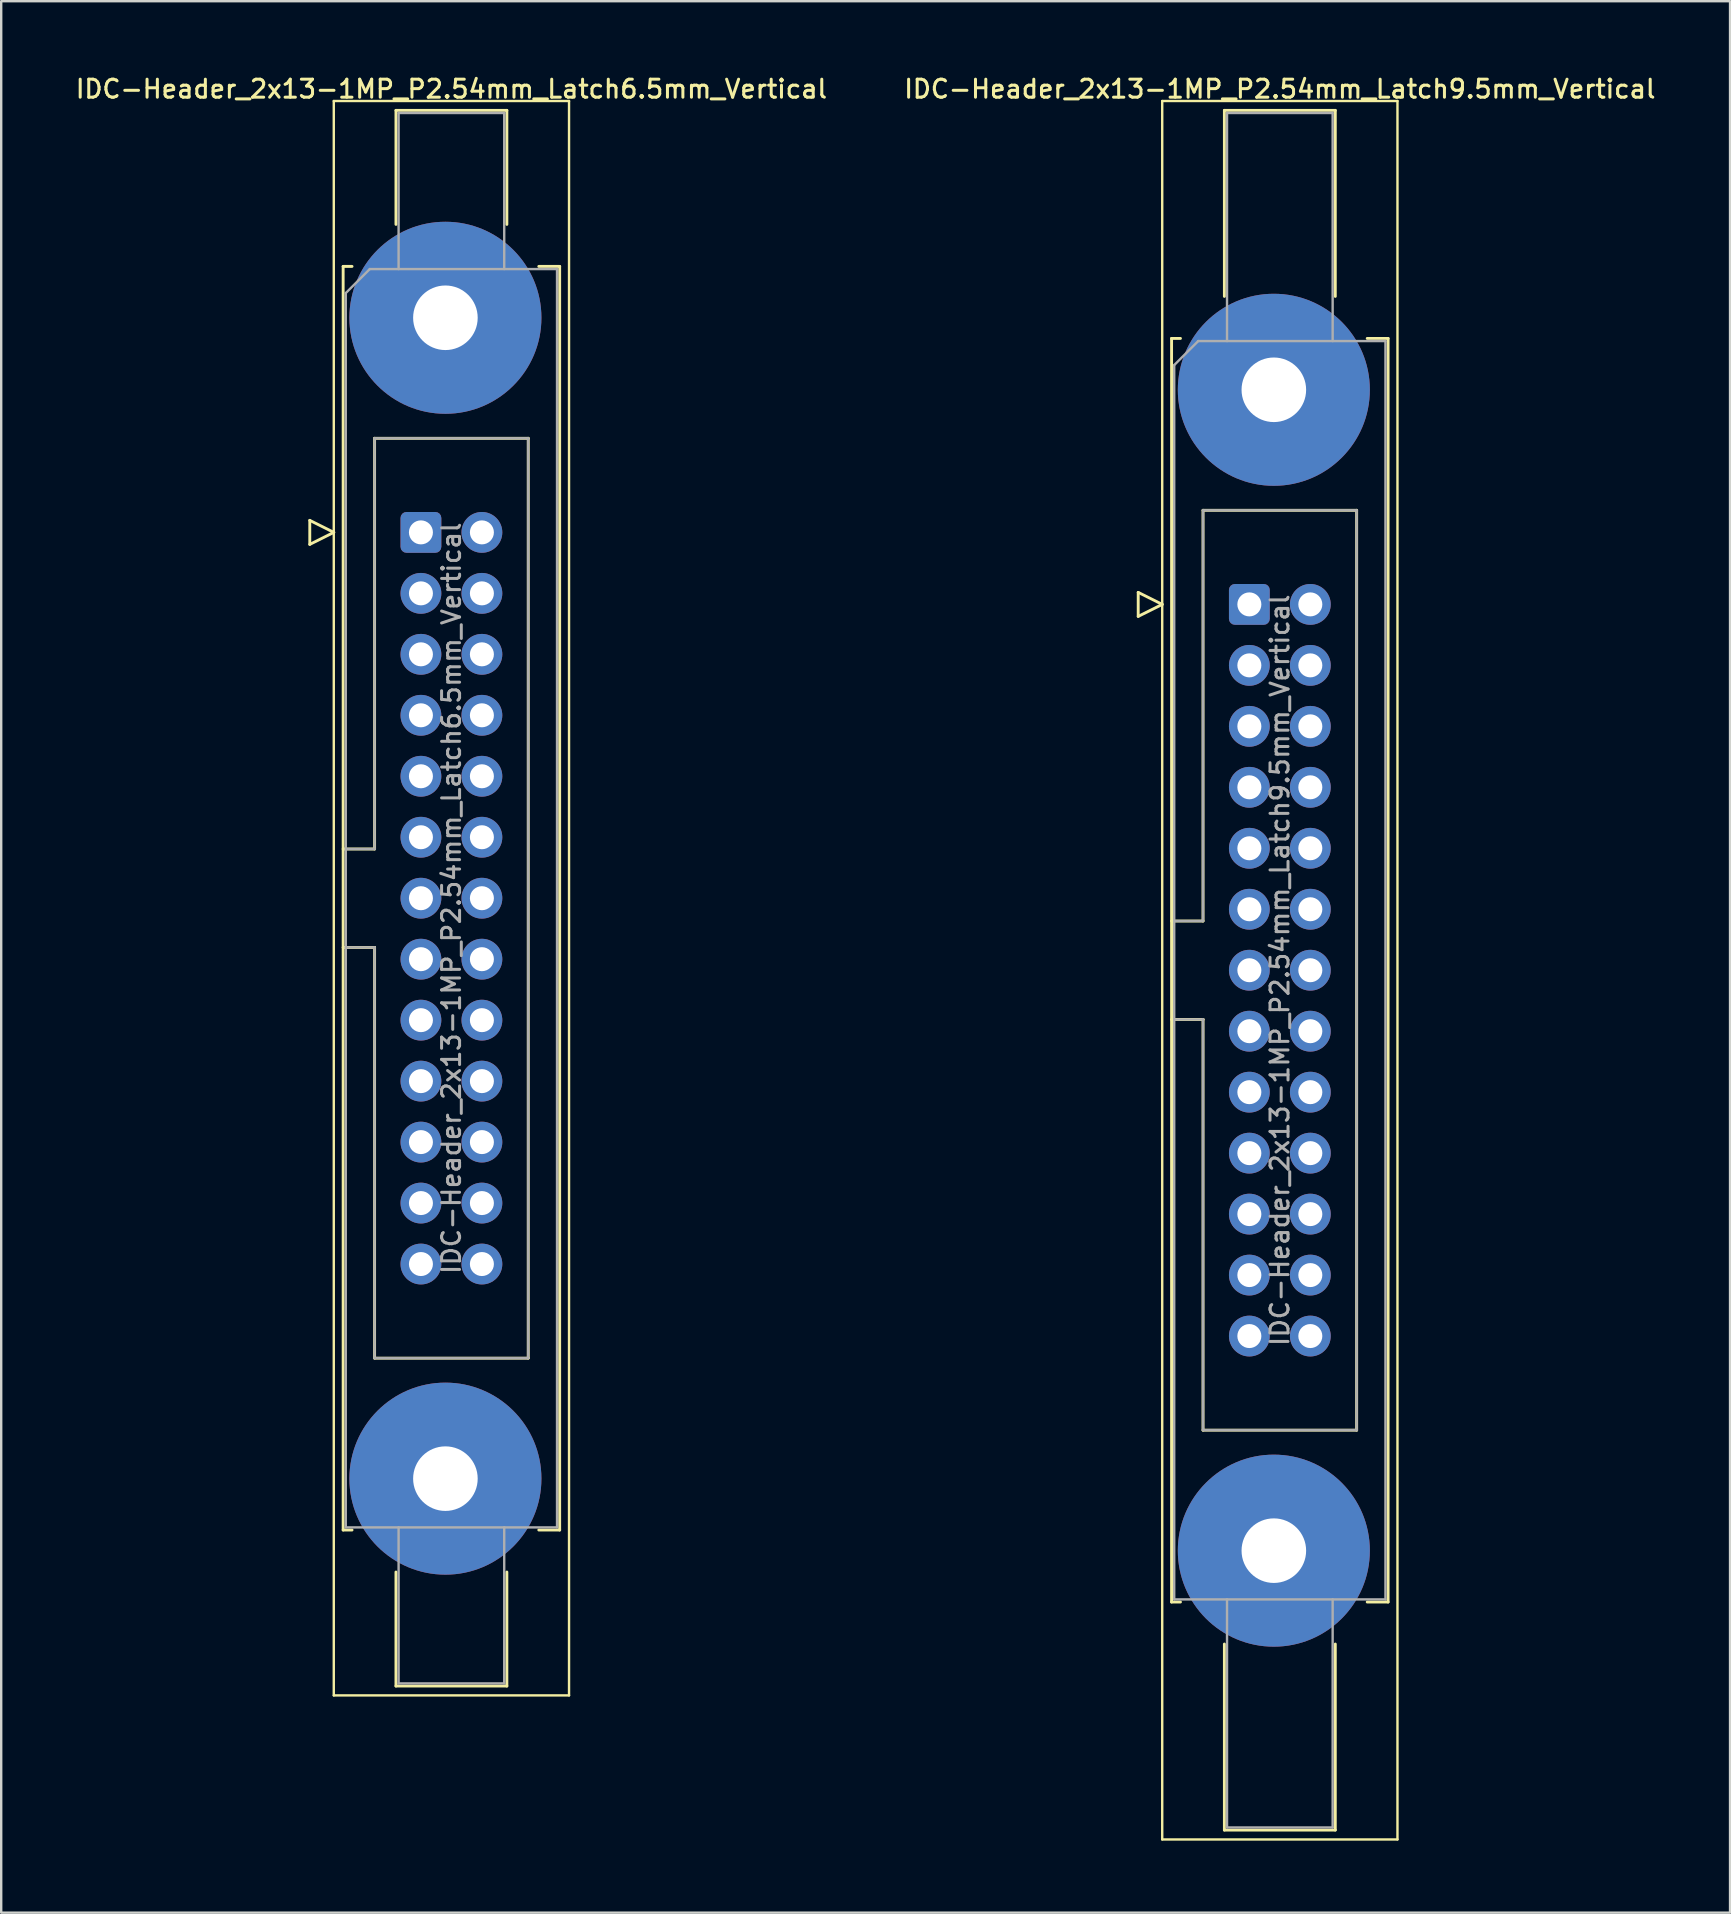
<source format=kicad_pcb>
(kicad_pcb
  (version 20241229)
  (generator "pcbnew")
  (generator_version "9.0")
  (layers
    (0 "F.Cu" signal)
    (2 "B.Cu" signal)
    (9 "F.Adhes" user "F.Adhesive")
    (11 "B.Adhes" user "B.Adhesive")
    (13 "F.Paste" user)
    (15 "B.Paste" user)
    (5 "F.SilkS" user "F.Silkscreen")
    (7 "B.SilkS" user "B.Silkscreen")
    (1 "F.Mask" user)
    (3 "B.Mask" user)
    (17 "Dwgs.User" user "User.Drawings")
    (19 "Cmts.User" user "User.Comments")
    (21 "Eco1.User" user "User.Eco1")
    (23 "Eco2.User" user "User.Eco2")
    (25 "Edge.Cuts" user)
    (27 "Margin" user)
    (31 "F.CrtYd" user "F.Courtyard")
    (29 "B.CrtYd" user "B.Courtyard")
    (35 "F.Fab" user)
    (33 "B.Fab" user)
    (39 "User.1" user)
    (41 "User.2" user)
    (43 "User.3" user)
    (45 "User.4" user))
  (footprint "IDC-Header_2x13-1MP_P2.54mm_Latch9.5mm_Vertical"
    (layer "F.Cu")
    (at 48.996 22.128)
    (property "Reference" "IDC-Header_2x13-1MP_P2.54mm_Latch9.5mm_Vertical" (at 1.27 -21.47 0) (layer "F.SilkS") (effects (font (size 0.75 0.75) (thickness 0.125))))
    (attr through_hole)
    (fp_line (start -4.63 -0.5) (end -4.63 0.5) (stroke (width 0.12) (type solid)) (layer "F.SilkS"))
    (fp_line (start -4.63 0.5) (end -3.63 0) (stroke (width 0.12) (type solid)) (layer "F.SilkS"))
    (fp_line (start -3.63 -20.97) (end -3.63 51.45) (stroke (width 0.1) (type solid)) (layer "F.SilkS"))
    (fp_line (start -3.63 0) (end -4.63 -0.5) (stroke (width 0.12) (type solid)) (layer "F.SilkS"))
    (fp_line (start -3.63 51.45) (end 6.17 51.45) (stroke (width 0.1) (type solid)) (layer "F.SilkS"))
    (fp_line (start -3.24 -11.08) (end -3.24 41.56) (stroke (width 0.12) (type solid)) (layer "F.SilkS"))
    (fp_line (start -3.24 13.19) (end -1.93 13.19) (stroke (width 0.12) (type solid)) (layer "F.SilkS"))
    (fp_line (start -3.24 41.56) (end -2.87 41.56) (stroke (width 0.12) (type solid)) (layer "F.SilkS"))
    (fp_line (start -2.87 -11.08) (end -3.24 -11.08) (stroke (width 0.12) (type solid)) (layer "F.SilkS"))
    (fp_line (start -1.93 -3.92) (end 4.47 -3.92) (stroke (width 0.12) (type solid)) (layer "F.SilkS"))
    (fp_line (start -1.93 13.19) (end -1.93 -3.92) (stroke (width 0.12) (type solid)) (layer "F.SilkS"))
    (fp_line (start -1.93 17.29) (end -3.24 17.29) (stroke (width 0.12) (type solid)) (layer "F.SilkS"))
    (fp_line (start -1.93 17.29) (end -1.93 17.29) (stroke (width 0.12) (type solid)) (layer "F.SilkS"))
    (fp_line (start -1.93 34.4) (end -1.93 17.29) (stroke (width 0.12) (type solid)) (layer "F.SilkS"))
    (fp_line (start -1.04 -20.58) (end 3.58 -20.58) (stroke (width 0.12) (type solid)) (layer "F.SilkS"))
    (fp_line (start -1.04 -12.83) (end -1.04 -20.58) (stroke (width 0.12) (type solid)) (layer "F.SilkS"))
    (fp_line (start -1.04 43.31) (end -1.04 51.06) (stroke (width 0.12) (type solid)) (layer "F.SilkS"))
    (fp_line (start -1.04 51.06) (end 3.58 51.06) (stroke (width 0.12) (type solid)) (layer "F.SilkS"))
    (fp_line (start 3.58 -20.58) (end 3.58 -12.83) (stroke (width 0.12) (type solid)) (layer "F.SilkS"))
    (fp_line (start 3.58 51.06) (end 3.58 43.31) (stroke (width 0.12) (type solid)) (layer "F.SilkS"))
    (fp_line (start 4.47 -3.92) (end 4.47 34.4) (stroke (width 0.12) (type solid)) (layer "F.SilkS"))
    (fp_line (start 4.47 34.4) (end -1.93 34.4) (stroke (width 0.12) (type solid)) (layer "F.SilkS"))
    (fp_line (start 4.91 -11.08) (end 5.78 -11.08) (stroke (width 0.12) (type solid)) (layer "F.SilkS"))
    (fp_line (start 5.78 -11.08) (end 5.78 41.56) (stroke (width 0.12) (type solid)) (layer "F.SilkS"))
    (fp_line (start 5.78 41.56) (end 4.91 41.56) (stroke (width 0.12) (type solid)) (layer "F.SilkS"))
    (fp_line (start 6.17 -20.97) (end -3.63 -20.97) (stroke (width 0.1) (type solid)) (layer "F.SilkS"))
    (fp_line (start 6.17 51.45) (end 6.17 -20.97) (stroke (width 0.1) (type solid)) (layer "F.SilkS"))
    (fp_line (start -3.13 -9.97) (end -2.13 -10.97) (stroke (width 0.1) (type solid)) (layer "F.Fab"))
    (fp_line (start -3.13 13.19) (end -1.93 13.19) (stroke (width 0.1) (type solid)) (layer "F.Fab"))
    (fp_line (start -3.13 41.45) (end -3.13 -9.97) (stroke (width 0.1) (type solid)) (layer "F.Fab"))
    (fp_line (start -2.13 -10.97) (end 5.67 -10.97) (stroke (width 0.1) (type solid)) (layer "F.Fab"))
    (fp_line (start -1.93 -3.92) (end 4.47 -3.92) (stroke (width 0.1) (type solid)) (layer "F.Fab"))
    (fp_line (start -1.93 13.19) (end -1.93 -3.92) (stroke (width 0.1) (type solid)) (layer "F.Fab"))
    (fp_line (start -1.93 17.29) (end -3.13 17.29) (stroke (width 0.1) (type solid)) (layer "F.Fab"))
    (fp_line (start -1.93 17.29) (end -1.93 17.29) (stroke (width 0.1) (type solid)) (layer "F.Fab"))
    (fp_line (start -1.93 34.4) (end -1.93 17.29) (stroke (width 0.1) (type solid)) (layer "F.Fab"))
    (fp_line (start -0.93 -20.47) (end 3.47 -20.47) (stroke (width 0.1) (type solid)) (layer "F.Fab"))
    (fp_line (start -0.93 -10.97) (end -0.93 -20.47) (stroke (width 0.1) (type solid)) (layer "F.Fab"))
    (fp_line (start -0.93 41.45) (end -0.93 50.95) (stroke (width 0.1) (type solid)) (layer "F.Fab"))
    (fp_line (start -0.93 50.95) (end 3.47 50.95) (stroke (width 0.1) (type solid)) (layer "F.Fab"))
    (fp_line (start 3.47 -20.47) (end 3.47 -10.97) (stroke (width 0.1) (type solid)) (layer "F.Fab"))
    (fp_line (start 3.47 50.95) (end 3.47 41.45) (stroke (width 0.1) (type solid)) (layer "F.Fab"))
    (fp_line (start 4.47 -3.92) (end 4.47 34.4) (stroke (width 0.1) (type solid)) (layer "F.Fab"))
    (fp_line (start 4.47 34.4) (end -1.93 34.4) (stroke (width 0.1) (type solid)) (layer "F.Fab"))
    (fp_line (start 5.67 -10.97) (end 5.67 41.45) (stroke (width 0.1) (type solid)) (layer "F.Fab"))
    (fp_line (start 5.67 41.45) (end -3.13 41.45) (stroke (width 0.1) (type solid)) (layer "F.Fab"))
    (fp_text user "${REFERENCE}" (at 1.27 15.24 90) (layer "F.Fab") (effects (font (size 0.75 0.75) (thickness 0.125))))
    (pad "1" thru_hole roundrect (at 0 0) (size 1.7 1.7) (drill 1) (layers "*.Cu" "*.Mask") (roundrect_rratio 0.147))
    (pad "2" thru_hole circle (at 2.54 0) (size 1.7 1.7) (drill 1) (layers "*.Cu" "*.Mask"))
    (pad "3" thru_hole circle (at 0 2.54) (size 1.7 1.7) (drill 1) (layers "*.Cu" "*.Mask"))
    (pad "4" thru_hole circle (at 2.54 2.54) (size 1.7 1.7) (drill 1) (layers "*.Cu" "*.Mask"))
    (pad "5" thru_hole circle (at 0 5.08) (size 1.7 1.7) (drill 1) (layers "*.Cu" "*.Mask"))
    (pad "6" thru_hole circle (at 2.54 5.08) (size 1.7 1.7) (drill 1) (layers "*.Cu" "*.Mask"))
    (pad "7" thru_hole circle (at 0 7.62) (size 1.7 1.7) (drill 1) (layers "*.Cu" "*.Mask"))
    (pad "8" thru_hole circle (at 2.54 7.62) (size 1.7 1.7) (drill 1) (layers "*.Cu" "*.Mask"))
    (pad "9" thru_hole circle (at 0 10.16) (size 1.7 1.7) (drill 1) (layers "*.Cu" "*.Mask"))
    (pad "10" thru_hole circle (at 2.54 10.16) (size 1.7 1.7) (drill 1) (layers "*.Cu" "*.Mask"))
    (pad "11" thru_hole circle (at 0 12.7) (size 1.7 1.7) (drill 1) (layers "*.Cu" "*.Mask"))
    (pad "12" thru_hole circle (at 2.54 12.7) (size 1.7 1.7) (drill 1) (layers "*.Cu" "*.Mask"))
    (pad "13" thru_hole circle (at 0 15.24) (size 1.7 1.7) (drill 1) (layers "*.Cu" "*.Mask"))
    (pad "14" thru_hole circle (at 2.54 15.24) (size 1.7 1.7) (drill 1) (layers "*.Cu" "*.Mask"))
    (pad "15" thru_hole circle (at 0 17.78) (size 1.7 1.7) (drill 1) (layers "*.Cu" "*.Mask"))
    (pad "16" thru_hole circle (at 2.54 17.78) (size 1.7 1.7) (drill 1) (layers "*.Cu" "*.Mask"))
    (pad "17" thru_hole circle (at 0 20.32) (size 1.7 1.7) (drill 1) (layers "*.Cu" "*.Mask"))
    (pad "18" thru_hole circle (at 2.54 20.32) (size 1.7 1.7) (drill 1) (layers "*.Cu" "*.Mask"))
    (pad "19" thru_hole circle (at 0 22.86) (size 1.7 1.7) (drill 1) (layers "*.Cu" "*.Mask"))
    (pad "20" thru_hole circle (at 2.54 22.86) (size 1.7 1.7) (drill 1) (layers "*.Cu" "*.Mask"))
    (pad "21" thru_hole circle (at 0 25.4) (size 1.7 1.7) (drill 1) (layers "*.Cu" "*.Mask"))
    (pad "22" thru_hole circle (at 2.54 25.4) (size 1.7 1.7) (drill 1) (layers "*.Cu" "*.Mask"))
    (pad "23" thru_hole circle (at 0 27.94) (size 1.7 1.7) (drill 1) (layers "*.Cu" "*.Mask"))
    (pad "24" thru_hole circle (at 2.54 27.94) (size 1.7 1.7) (drill 1) (layers "*.Cu" "*.Mask"))
    (pad "25" thru_hole circle (at 0 30.48) (size 1.7 1.7) (drill 1) (layers "*.Cu" "*.Mask"))
    (pad "26" thru_hole circle (at 2.54 30.48) (size 1.7 1.7) (drill 1) (layers "*.Cu" "*.Mask"))
    (pad "MP" thru_hole circle (at 1.02 -8.94) (size 8 8) (drill 2.69) (layers "*.Cu" "*.Mask"))
    (pad "MP" thru_hole circle (at 1.02 39.42) (size 8 8) (drill 2.69) (layers "*.Cu" "*.Mask")))
  (footprint "IDC-Header_2x13-1MP_P2.54mm_Latch6.5mm_Vertical"
    (layer "F.Cu")
    (at 14.485 19.128)
    (property "Reference" "IDC-Header_2x13-1MP_P2.54mm_Latch6.5mm_Vertical" (at 1.27 -18.47 0) (layer "F.SilkS") (effects (font (size 0.75 0.75) (thickness 0.125))))
    (attr through_hole)
    (fp_line (start -4.63 -0.5) (end -4.63 0.5) (stroke (width 0.12) (type solid)) (layer "F.SilkS"))
    (fp_line (start -4.63 0.5) (end -3.63 0) (stroke (width 0.12) (type solid)) (layer "F.SilkS"))
    (fp_line (start -3.63 -17.97) (end -3.63 48.45) (stroke (width 0.1) (type solid)) (layer "F.SilkS"))
    (fp_line (start -3.63 0) (end -4.63 -0.5) (stroke (width 0.12) (type solid)) (layer "F.SilkS"))
    (fp_line (start -3.63 48.45) (end 6.17 48.45) (stroke (width 0.1) (type solid)) (layer "F.SilkS"))
    (fp_line (start -3.24 -11.08) (end -3.24 41.56) (stroke (width 0.12) (type solid)) (layer "F.SilkS"))
    (fp_line (start -3.24 13.19) (end -1.93 13.19) (stroke (width 0.12) (type solid)) (layer "F.SilkS"))
    (fp_line (start -3.24 41.56) (end -2.87 41.56) (stroke (width 0.12) (type solid)) (layer "F.SilkS"))
    (fp_line (start -2.87 -11.08) (end -3.24 -11.08) (stroke (width 0.12) (type solid)) (layer "F.SilkS"))
    (fp_line (start -1.93 -3.92) (end 4.47 -3.92) (stroke (width 0.12) (type solid)) (layer "F.SilkS"))
    (fp_line (start -1.93 13.19) (end -1.93 -3.92) (stroke (width 0.12) (type solid)) (layer "F.SilkS"))
    (fp_line (start -1.93 17.29) (end -3.24 17.29) (stroke (width 0.12) (type solid)) (layer "F.SilkS"))
    (fp_line (start -1.93 17.29) (end -1.93 17.29) (stroke (width 0.12) (type solid)) (layer "F.SilkS"))
    (fp_line (start -1.93 34.4) (end -1.93 17.29) (stroke (width 0.12) (type solid)) (layer "F.SilkS"))
    (fp_line (start -1.04 -17.58) (end 3.58 -17.58) (stroke (width 0.12) (type solid)) (layer "F.SilkS"))
    (fp_line (start -1.04 -12.83) (end -1.04 -17.58) (stroke (width 0.12) (type solid)) (layer "F.SilkS"))
    (fp_line (start -1.04 43.31) (end -1.04 48.06) (stroke (width 0.12) (type solid)) (layer "F.SilkS"))
    (fp_line (start -1.04 48.06) (end 3.58 48.06) (stroke (width 0.12) (type solid)) (layer "F.SilkS"))
    (fp_line (start 3.58 -17.58) (end 3.58 -12.83) (stroke (width 0.12) (type solid)) (layer "F.SilkS"))
    (fp_line (start 3.58 48.06) (end 3.58 43.31) (stroke (width 0.12) (type solid)) (layer "F.SilkS"))
    (fp_line (start 4.47 -3.92) (end 4.47 34.4) (stroke (width 0.12) (type solid)) (layer "F.SilkS"))
    (fp_line (start 4.47 34.4) (end -1.93 34.4) (stroke (width 0.12) (type solid)) (layer "F.SilkS"))
    (fp_line (start 4.91 -11.08) (end 5.78 -11.08) (stroke (width 0.12) (type solid)) (layer "F.SilkS"))
    (fp_line (start 5.78 -11.08) (end 5.78 41.56) (stroke (width 0.12) (type solid)) (layer "F.SilkS"))
    (fp_line (start 5.78 41.56) (end 4.91 41.56) (stroke (width 0.12) (type solid)) (layer "F.SilkS"))
    (fp_line (start 6.17 -17.97) (end -3.63 -17.97) (stroke (width 0.1) (type solid)) (layer "F.SilkS"))
    (fp_line (start 6.17 48.45) (end 6.17 -17.97) (stroke (width 0.1) (type solid)) (layer "F.SilkS"))
    (fp_line (start -3.13 -9.97) (end -2.13 -10.97) (stroke (width 0.1) (type solid)) (layer "F.Fab"))
    (fp_line (start -3.13 13.19) (end -1.93 13.19) (stroke (width 0.1) (type solid)) (layer "F.Fab"))
    (fp_line (start -3.13 41.45) (end -3.13 -9.97) (stroke (width 0.1) (type solid)) (layer "F.Fab"))
    (fp_line (start -2.13 -10.97) (end 5.67 -10.97) (stroke (width 0.1) (type solid)) (layer "F.Fab"))
    (fp_line (start -1.93 -3.92) (end 4.47 -3.92) (stroke (width 0.1) (type solid)) (layer "F.Fab"))
    (fp_line (start -1.93 13.19) (end -1.93 -3.92) (stroke (width 0.1) (type solid)) (layer "F.Fab"))
    (fp_line (start -1.93 17.29) (end -3.13 17.29) (stroke (width 0.1) (type solid)) (layer "F.Fab"))
    (fp_line (start -1.93 17.29) (end -1.93 17.29) (stroke (width 0.1) (type solid)) (layer "F.Fab"))
    (fp_line (start -1.93 34.4) (end -1.93 17.29) (stroke (width 0.1) (type solid)) (layer "F.Fab"))
    (fp_line (start -0.93 -17.47) (end 3.47 -17.47) (stroke (width 0.1) (type solid)) (layer "F.Fab"))
    (fp_line (start -0.93 -10.97) (end -0.93 -17.47) (stroke (width 0.1) (type solid)) (layer "F.Fab"))
    (fp_line (start -0.93 41.45) (end -0.93 47.95) (stroke (width 0.1) (type solid)) (layer "F.Fab"))
    (fp_line (start -0.93 47.95) (end 3.47 47.95) (stroke (width 0.1) (type solid)) (layer "F.Fab"))
    (fp_line (start 3.47 -17.47) (end 3.47 -10.97) (stroke (width 0.1) (type solid)) (layer "F.Fab"))
    (fp_line (start 3.47 47.95) (end 3.47 41.45) (stroke (width 0.1) (type solid)) (layer "F.Fab"))
    (fp_line (start 4.47 -3.92) (end 4.47 34.4) (stroke (width 0.1) (type solid)) (layer "F.Fab"))
    (fp_line (start 4.47 34.4) (end -1.93 34.4) (stroke (width 0.1) (type solid)) (layer "F.Fab"))
    (fp_line (start 5.67 -10.97) (end 5.67 41.45) (stroke (width 0.1) (type solid)) (layer "F.Fab"))
    (fp_line (start 5.67 41.45) (end -3.13 41.45) (stroke (width 0.1) (type solid)) (layer "F.Fab"))
    (fp_text user "${REFERENCE}" (at 1.27 15.24 90) (layer "F.Fab") (effects (font (size 0.75 0.75) (thickness 0.125))))
    (pad "1" thru_hole roundrect (at 0 0) (size 1.7 1.7) (drill 1) (layers "*.Cu" "*.Mask") (roundrect_rratio 0.147))
    (pad "2" thru_hole circle (at 2.54 0) (size 1.7 1.7) (drill 1) (layers "*.Cu" "*.Mask"))
    (pad "3" thru_hole circle (at 0 2.54) (size 1.7 1.7) (drill 1) (layers "*.Cu" "*.Mask"))
    (pad "4" thru_hole circle (at 2.54 2.54) (size 1.7 1.7) (drill 1) (layers "*.Cu" "*.Mask"))
    (pad "5" thru_hole circle (at 0 5.08) (size 1.7 1.7) (drill 1) (layers "*.Cu" "*.Mask"))
    (pad "6" thru_hole circle (at 2.54 5.08) (size 1.7 1.7) (drill 1) (layers "*.Cu" "*.Mask"))
    (pad "7" thru_hole circle (at 0 7.62) (size 1.7 1.7) (drill 1) (layers "*.Cu" "*.Mask"))
    (pad "8" thru_hole circle (at 2.54 7.62) (size 1.7 1.7) (drill 1) (layers "*.Cu" "*.Mask"))
    (pad "9" thru_hole circle (at 0 10.16) (size 1.7 1.7) (drill 1) (layers "*.Cu" "*.Mask"))
    (pad "10" thru_hole circle (at 2.54 10.16) (size 1.7 1.7) (drill 1) (layers "*.Cu" "*.Mask"))
    (pad "11" thru_hole circle (at 0 12.7) (size 1.7 1.7) (drill 1) (layers "*.Cu" "*.Mask"))
    (pad "12" thru_hole circle (at 2.54 12.7) (size 1.7 1.7) (drill 1) (layers "*.Cu" "*.Mask"))
    (pad "13" thru_hole circle (at 0 15.24) (size 1.7 1.7) (drill 1) (layers "*.Cu" "*.Mask"))
    (pad "14" thru_hole circle (at 2.54 15.24) (size 1.7 1.7) (drill 1) (layers "*.Cu" "*.Mask"))
    (pad "15" thru_hole circle (at 0 17.78) (size 1.7 1.7) (drill 1) (layers "*.Cu" "*.Mask"))
    (pad "16" thru_hole circle (at 2.54 17.78) (size 1.7 1.7) (drill 1) (layers "*.Cu" "*.Mask"))
    (pad "17" thru_hole circle (at 0 20.32) (size 1.7 1.7) (drill 1) (layers "*.Cu" "*.Mask"))
    (pad "18" thru_hole circle (at 2.54 20.32) (size 1.7 1.7) (drill 1) (layers "*.Cu" "*.Mask"))
    (pad "19" thru_hole circle (at 0 22.86) (size 1.7 1.7) (drill 1) (layers "*.Cu" "*.Mask"))
    (pad "20" thru_hole circle (at 2.54 22.86) (size 1.7 1.7) (drill 1) (layers "*.Cu" "*.Mask"))
    (pad "21" thru_hole circle (at 0 25.4) (size 1.7 1.7) (drill 1) (layers "*.Cu" "*.Mask"))
    (pad "22" thru_hole circle (at 2.54 25.4) (size 1.7 1.7) (drill 1) (layers "*.Cu" "*.Mask"))
    (pad "23" thru_hole circle (at 0 27.94) (size 1.7 1.7) (drill 1) (layers "*.Cu" "*.Mask"))
    (pad "24" thru_hole circle (at 2.54 27.94) (size 1.7 1.7) (drill 1) (layers "*.Cu" "*.Mask"))
    (pad "25" thru_hole circle (at 0 30.48) (size 1.7 1.7) (drill 1) (layers "*.Cu" "*.Mask"))
    (pad "26" thru_hole circle (at 2.54 30.48) (size 1.7 1.7) (drill 1) (layers "*.Cu" "*.Mask"))
    (pad "MP" thru_hole circle (at 1.02 -8.94) (size 8 8) (drill 2.69) (layers "*.Cu" "*.Mask"))
    (pad "MP" thru_hole circle (at 1.02 39.42) (size 8 8) (drill 2.69) (layers "*.Cu" "*.Mask")))
  (gr_rect
    (start -3 -3)
    (end 69.021 76.628)
    (stroke (width 0.1) (type default))
    (fill no)
    (layer "Edge.Cuts")))
</source>
